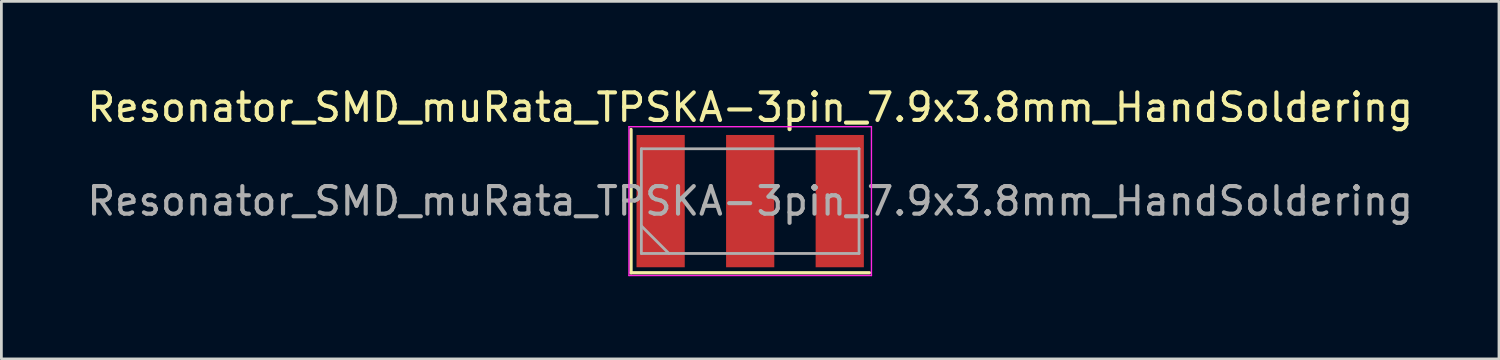
<source format=kicad_pcb>
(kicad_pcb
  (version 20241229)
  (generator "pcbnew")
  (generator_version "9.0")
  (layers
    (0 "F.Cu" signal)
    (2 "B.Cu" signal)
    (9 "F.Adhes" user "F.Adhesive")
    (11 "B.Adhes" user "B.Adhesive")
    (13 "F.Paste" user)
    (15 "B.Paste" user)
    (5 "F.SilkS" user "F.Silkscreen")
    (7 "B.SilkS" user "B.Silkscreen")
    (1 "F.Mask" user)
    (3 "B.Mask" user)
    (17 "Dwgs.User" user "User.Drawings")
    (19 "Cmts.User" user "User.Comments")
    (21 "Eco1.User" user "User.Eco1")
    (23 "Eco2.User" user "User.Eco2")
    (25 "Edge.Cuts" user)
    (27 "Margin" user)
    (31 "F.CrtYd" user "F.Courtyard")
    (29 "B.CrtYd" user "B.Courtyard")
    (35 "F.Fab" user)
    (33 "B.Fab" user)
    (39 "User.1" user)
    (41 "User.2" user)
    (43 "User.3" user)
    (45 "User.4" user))
  (footprint "Resonator_SMD_muRata_TPSKA-3pin_7.9x3.8mm_HandSoldering"
    (layer "F.Cu")
    (at 24.173 4.248)
    (property "Reference" "Resonator_SMD_muRata_TPSKA-3pin_7.9x3.8mm_HandSoldering" (at 0 -3.4 0) (layer "F.SilkS") (effects (font (size 1 1) (thickness 0.15))))
    (attr smd)
    (fp_line (start -4.325 -2.6) (end -4.325 2.6) (stroke (width 0.12) (type solid)) (layer "F.SilkS"))
    (fp_line (start -4.325 2.6) (end 4.325 2.6) (stroke (width 0.12) (type solid)) (layer "F.SilkS"))
    (fp_line (start -4.4 -2.7) (end -4.4 2.7) (stroke (width 0.05) (type solid)) (layer "F.CrtYd"))
    (fp_line (start -4.4 2.7) (end 4.4 2.7) (stroke (width 0.05) (type solid)) (layer "F.CrtYd"))
    (fp_line (start 4.4 -2.7) (end -4.4 -2.7) (stroke (width 0.05) (type solid)) (layer "F.CrtYd"))
    (fp_line (start 4.4 2.7) (end 4.4 -2.7) (stroke (width 0.05) (type solid)) (layer "F.CrtYd"))
    (fp_line (start -3.95 -1.9) (end -3.95 1.9) (stroke (width 0.1) (type solid)) (layer "F.Fab"))
    (fp_line (start -3.95 0.9) (end -2.95 1.9) (stroke (width 0.1) (type solid)) (layer "F.Fab"))
    (fp_line (start -3.95 1.9) (end 3.95 1.9) (stroke (width 0.1) (type solid)) (layer "F.Fab"))
    (fp_line (start 3.95 -1.9) (end -3.95 -1.9) (stroke (width 0.1) (type solid)) (layer "F.Fab"))
    (fp_line (start 3.95 1.9) (end 3.95 -1.9) (stroke (width 0.1) (type solid)) (layer "F.Fab"))
    (fp_text user "${REFERENCE}" (at 0 0 0) (layer "F.Fab") (effects (font (size 1 1) (thickness 0.15))))
    (pad "1" smd rect (at -3.25 0) (size 1.75 4.8) (layers "F.Cu" "F.Mask" "F.Paste"))
    (pad "2" smd rect (at 0 0) (size 1.75 4.8) (layers "F.Cu" "F.Mask" "F.Paste"))
    (pad "3" smd rect (at 3.25 0) (size 1.75 4.8) (layers "F.Cu" "F.Mask" "F.Paste")))
  (gr_rect
    (start -3 -3)
    (end 51.345 9.973)
    (stroke (width 0.1) (type default))
    (fill no)
    (layer "Edge.Cuts")))
</source>
